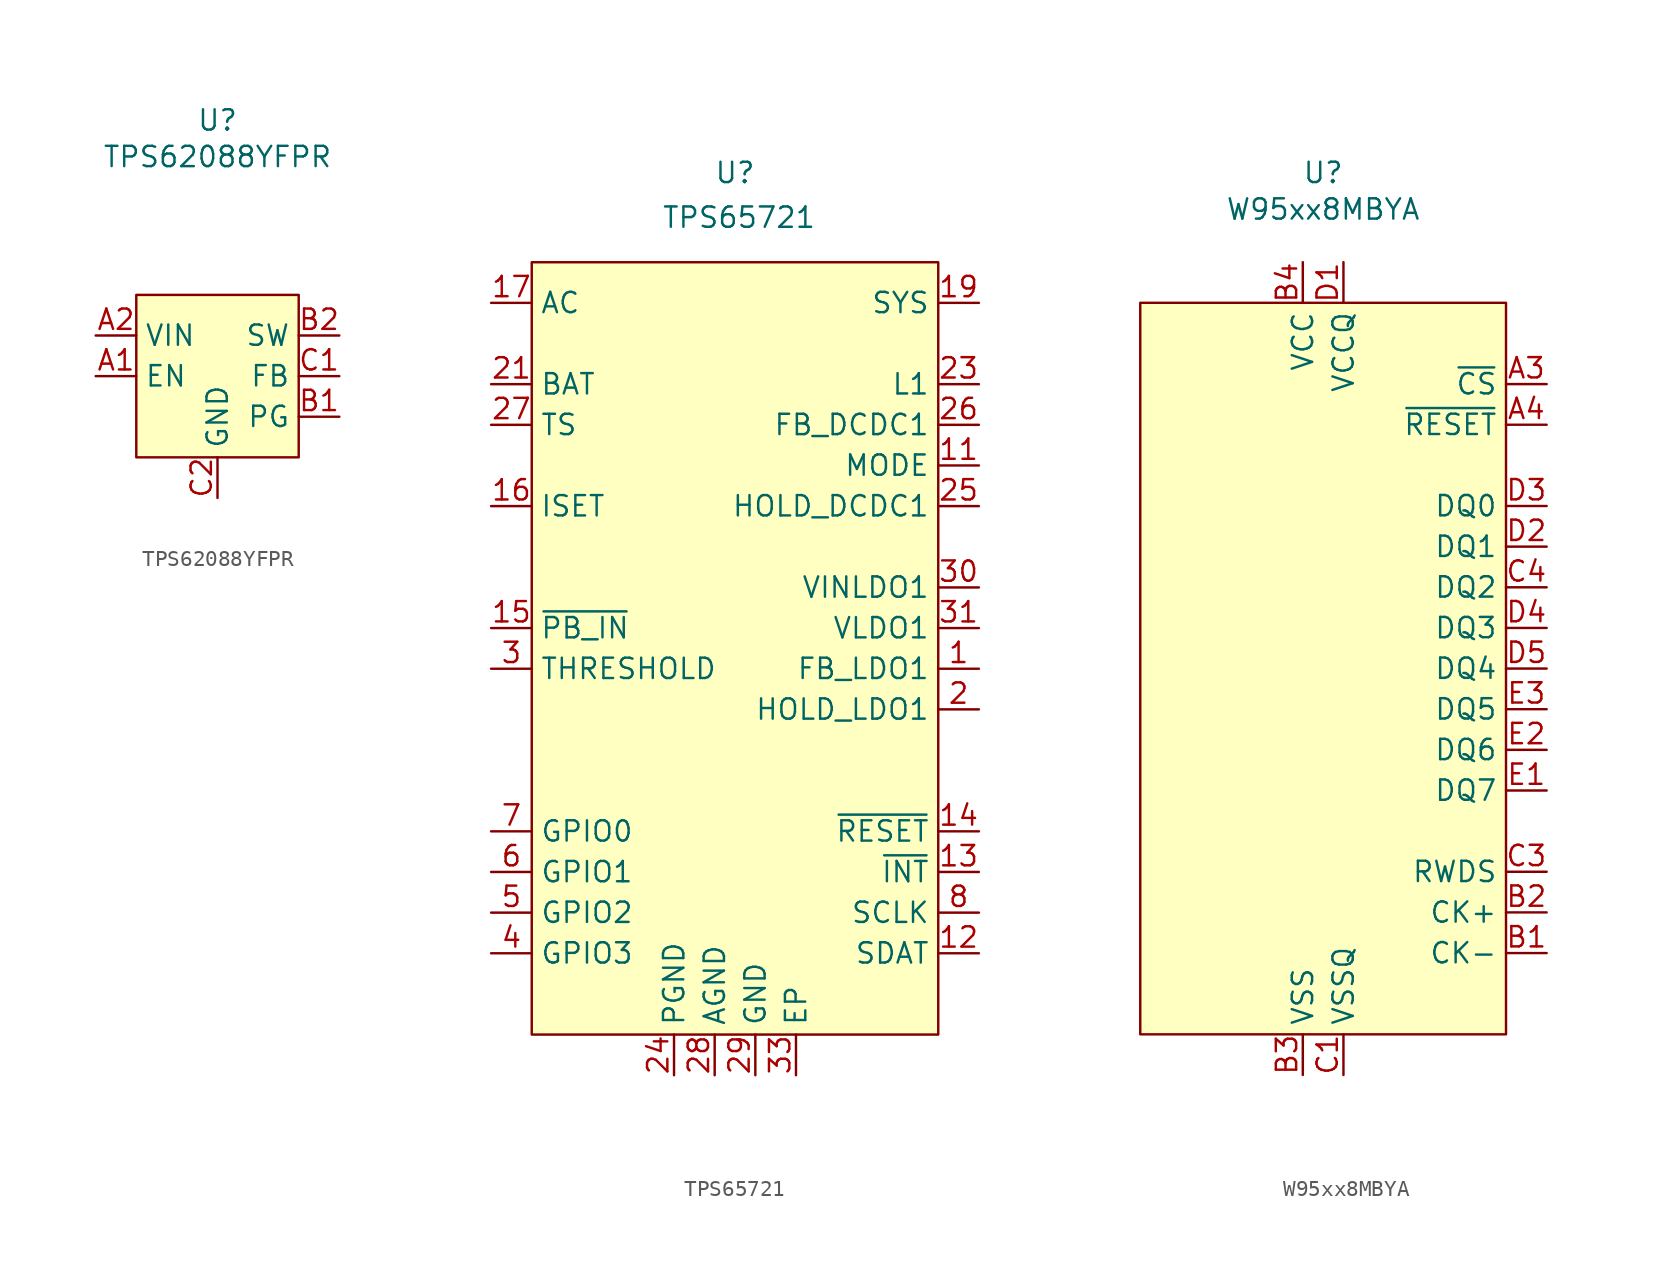
<source format=kicad_sym>
(kicad_symbol_lib
  (version 20231120)
  (generator "kicad_symbol_editor")
  (generator_version "8.0")
  (symbol "TPS62088YFPR"
    (property "Reference" "U"
      (at 0 16.002 0)
      (effects (font (size 1.27 1.27))))
    (property "Value" "TPS62088YFPR"
      (at 0 13.716 0)
      (effects (font (size 1.27 1.27))))
    (symbol "TPS62088YFPR_1_1"
      (rectangle (start -5.08 5.08) (end 5.08 -5.08) (stroke (width 0) (type default)) (fill (type background)))
      (pin input line (at -7.62 0 0) (length 2.54) (name "EN" (effects (font (size 1.27 1.27)))) (number "A1" (effects (font (size 1.27 1.27)))))
      (pin power_in line (at -7.62 2.54 0) (length 2.54) (name "VIN" (effects (font (size 1.27 1.27)))) (number "A2" (effects (font (size 1.27 1.27)))))
      (pin output line (at 7.62 -2.54 180) (length 2.54) (name "PG" (effects (font (size 1.27 1.27)))) (number "B1" (effects (font (size 1.27 1.27)))))
      (pin power_out line (at 7.62 2.54 180) (length 2.54) (name "SW" (effects (font (size 1.27 1.27)))) (number "B2" (effects (font (size 1.27 1.27)))))
      (pin input line (at 7.62 0 180) (length 2.54) (name "FB" (effects (font (size 1.27 1.27)))) (number "C1" (effects (font (size 1.27 1.27)))))
      (pin power_in line (at 0 -7.62 90) (length 2.54) (name "GND" (effects (font (size 1.27 1.27)))) (number "C2" (effects (font (size 1.27 1.27)))))))
  (symbol "TPS65721"
    (property "Reference" "U"
      (at 0 29.718 0)
      (effects (font (size 1.27 1.27))))
    (property "Value" "TPS65721"
      (at 0.254 26.924 0)
      (effects (font (size 1.27 1.27))))
    (symbol "TPS65721_1_0"
      (pin input line (at 15.24 -1.27 180) (length 2.54) (name "FB_LDO1" (effects (font (size 1.27 1.27)))) (number "1" (effects (font (size 1.27 1.27)))))
      (pin no_connect line (at 6.35 -26.67 90) (length 2.54) hide (name "NC" (effects (font (size 1.27 1.27)))) (number "10" (effects (font (size 1.27 1.27)))))
      (pin input line (at 15.24 11.43 180) (length 2.54) (name "MODE" (effects (font (size 1.27 1.27)))) (number "11" (effects (font (size 1.27 1.27)))))
      (pin bidirectional line (at 15.24 -19.05 180) (length 2.54) (name "SDAT" (effects (font (size 1.27 1.27)))) (number "12" (effects (font (size 1.27 1.27)))))
      (pin output line (at 15.24 -13.97 180) (length 2.54) (name "~{INT}" (effects (font (size 1.27 1.27)))) (number "13" (effects (font (size 1.27 1.27)))))
      (pin output line (at 15.24 -11.43 180) (length 2.54) (name "~{RESET}" (effects (font (size 1.27 1.27)))) (number "14" (effects (font (size 1.27 1.27)))))
      (pin input line (at -15.24 1.27 0) (length 2.54) (name "~{PB_IN}" (effects (font (size 1.27 1.27)))) (number "15" (effects (font (size 1.27 1.27)))))
      (pin input line (at -15.24 8.89 0) (length 2.54) (name "ISET" (effects (font (size 1.27 1.27)))) (number "16" (effects (font (size 1.27 1.27)))))
      (pin power_out line (at 15.24 21.59 180) (length 2.54) (name "SYS" (effects (font (size 1.27 1.27)))) (number "19" (effects (font (size 1.27 1.27)))))
      (pin input line (at 15.24 -3.81 180) (length 2.54) (name "HOLD_LDO1" (effects (font (size 1.27 1.27)))) (number "2" (effects (font (size 1.27 1.27)))))
      (pin passive line (at 15.24 21.59 180) (length 2.54) hide (name "SYS" (effects (font (size 1.27 1.27)))) (number "20" (effects (font (size 1.27 1.27)))))
      (pin power_out line (at -15.24 16.51 0) (length 2.54) (name "BAT" (effects (font (size 1.27 1.27)))) (number "21" (effects (font (size 1.27 1.27)))))
      (pin passive line (at -15.24 16.51 0) (length 2.54) hide (name "BAT" (effects (font (size 1.27 1.27)))) (number "22" (effects (font (size 1.27 1.27)))))
      (pin power_out line (at 15.24 16.51 180) (length 2.54) (name "L1" (effects (font (size 1.27 1.27)))) (number "23" (effects (font (size 1.27 1.27)))))
      (pin power_in line (at -3.81 -26.67 90) (length 2.54) (name "PGND" (effects (font (size 1.27 1.27)))) (number "24" (effects (font (size 1.27 1.27)))))
      (pin input line (at 15.24 8.89 180) (length 2.54) (name "HOLD_DCDC1" (effects (font (size 1.27 1.27)))) (number "25" (effects (font (size 1.27 1.27)))))
      (pin input line (at 15.24 13.97 180) (length 2.54) (name "FB_DCDC1" (effects (font (size 1.27 1.27)))) (number "26" (effects (font (size 1.27 1.27)))))
      (pin input line (at -15.24 13.97 0) (length 2.54) (name "TS" (effects (font (size 1.27 1.27)))) (number "27" (effects (font (size 1.27 1.27)))))
      (pin power_in line (at -1.27 -26.67 90) (length 2.54) (name "AGND" (effects (font (size 1.27 1.27)))) (number "28" (effects (font (size 1.27 1.27)))))
      (pin power_in line (at 1.27 -26.67 90) (length 2.54) (name "GND" (effects (font (size 1.27 1.27)))) (number "29" (effects (font (size 1.27 1.27)))))
      (pin input line (at -15.24 -1.27 0) (length 2.54) (name "THRESHOLD" (effects (font (size 1.27 1.27)))) (number "3" (effects (font (size 1.27 1.27)))))
      (pin power_in line (at 15.24 3.81 180) (length 2.54) (name "VINLDO1" (effects (font (size 1.27 1.27)))) (number "30" (effects (font (size 1.27 1.27)))))
      (pin power_out line (at 15.24 1.27 180) (length 2.54) (name "VLDO1" (effects (font (size 1.27 1.27)))) (number "31" (effects (font (size 1.27 1.27)))))
      (pin no_connect line (at 6.35 -26.67 90) (length 2.54) hide (name "NC" (effects (font (size 1.27 1.27)))) (number "32" (effects (font (size 1.27 1.27)))))
      (pin power_in line (at 3.81 -26.67 90) (length 2.54) (name "EP" (effects (font (size 1.27 1.27)))) (number "33" (effects (font (size 1.27 1.27)))))
      (pin bidirectional line (at -15.24 -19.05 0) (length 2.54) (name "GPIO3" (effects (font (size 1.27 1.27)))) (number "4" (effects (font (size 1.27 1.27)))))
      (pin bidirectional line (at -15.24 -16.51 0) (length 2.54) (name "GPIO2" (effects (font (size 1.27 1.27)))) (number "5" (effects (font (size 1.27 1.27)))))
      (pin bidirectional line (at -15.24 -13.97 0) (length 2.54) (name "GPIO1" (effects (font (size 1.27 1.27)))) (number "6" (effects (font (size 1.27 1.27)))))
      (pin bidirectional line (at -15.24 -11.43 0) (length 2.54) (name "GPIO0" (effects (font (size 1.27 1.27)))) (number "7" (effects (font (size 1.27 1.27)))))
      (pin input line (at 15.24 -16.51 180) (length 2.54) (name "SCLK" (effects (font (size 1.27 1.27)))) (number "8" (effects (font (size 1.27 1.27)))))
      (pin no_connect line (at 6.35 -26.67 90) (length 2.54) hide (name "NC" (effects (font (size 1.27 1.27)))) (number "9" (effects (font (size 1.27 1.27))))))
    (symbol "TPS65721_1_1"
      (rectangle (start -12.7 24.13) (end 12.7 -24.13) (stroke (width 0) (type default)) (fill (type background)))
      (pin power_in line (at -15.24 21.59 0) (length 2.54) (name "AC" (effects (font (size 1.27 1.27)))) (number "17" (effects (font (size 1.27 1.27)))))
      (pin passive line (at -15.24 21.59 0) (length 2.54) hide (name "AC" (effects (font (size 1.27 1.27)))) (number "18" (effects (font (size 1.27 1.27)))))))
  (symbol "W95xx8MBYA"
    (property "Reference" "U"
      (at 0 30.988 0)
      (effects (font (size 1.27 1.27))))
    (property "Value" "W95xx8MBYA"
      (at 0 28.702 0)
      (effects (font (size 1.27 1.27))))
    (symbol "W95xx8MBYA_1_1"
      (rectangle (start -11.43 22.86) (end 11.43 -22.86) (stroke (width 0) (type default)) (fill (type background)))
      (pin no_connect line (at -6.35 -25.4 90) (length 2.54) hide (name "RFU" (effects (font (size 1.27 1.27)))) (number "A2" (effects (font (size 1.27 1.27)))))
      (pin input line (at 13.97 17.78 180) (length 2.54) (name "~{CS}" (effects (font (size 1.27 1.27)))) (number "A3" (effects (font (size 1.27 1.27)))))
      (pin input line (at 13.97 15.24 180) (length 2.54) (name "~{RESET}" (effects (font (size 1.27 1.27)))) (number "A4" (effects (font (size 1.27 1.27)))))
      (pin no_connect line (at -8.89 -25.4 90) (length 2.54) hide (name "RFU" (effects (font (size 1.27 1.27)))) (number "A5" (effects (font (size 1.27 1.27)))))
      (pin input line (at 13.97 -17.78 180) (length 2.54) (name "CK-" (effects (font (size 1.27 1.27)))) (number "B1" (effects (font (size 1.27 1.27)))))
      (pin input line (at 13.97 -15.24 180) (length 2.54) (name "CK+" (effects (font (size 1.27 1.27)))) (number "B2" (effects (font (size 1.27 1.27)))))
      (pin power_in line (at -1.27 -25.4 90) (length 2.54) (name "VSS" (effects (font (size 1.27 1.27)))) (number "B3" (effects (font (size 1.27 1.27)))))
      (pin power_in line (at -1.27 25.4 270) (length 2.54) (name "VCC" (effects (font (size 1.27 1.27)))) (number "B4" (effects (font (size 1.27 1.27)))))
      (pin no_connect line (at 3.81 -25.4 90) (length 2.54) hide (name "RFU" (effects (font (size 1.27 1.27)))) (number "B5" (effects (font (size 1.27 1.27)))))
      (pin power_in line (at 1.27 -25.4 90) (length 2.54) (name "VSSQ" (effects (font (size 1.27 1.27)))) (number "C1" (effects (font (size 1.27 1.27)))))
      (pin no_connect line (at 6.35 -25.4 90) (length 2.54) hide (name "RFU" (effects (font (size 1.27 1.27)))) (number "C2" (effects (font (size 1.27 1.27)))))
      (pin bidirectional line (at 13.97 -12.7 180) (length 2.54) (name "RWDS" (effects (font (size 1.27 1.27)))) (number "C3" (effects (font (size 1.27 1.27)))))
      (pin bidirectional line (at 13.97 5.08 180) (length 2.54) (name "DQ2" (effects (font (size 1.27 1.27)))) (number "C4" (effects (font (size 1.27 1.27)))))
      (pin no_connect line (at -3.81 -25.4 90) (length 2.54) hide (name "RFU" (effects (font (size 1.27 1.27)))) (number "C5" (effects (font (size 1.27 1.27)))))
      (pin power_in line (at 1.27 25.4 270) (length 2.54) (name "VCCQ" (effects (font (size 1.27 1.27)))) (number "D1" (effects (font (size 1.27 1.27)))))
      (pin bidirectional line (at 13.97 7.62 180) (length 2.54) (name "DQ1" (effects (font (size 1.27 1.27)))) (number "D2" (effects (font (size 1.27 1.27)))))
      (pin bidirectional line (at 13.97 10.16 180) (length 2.54) (name "DQ0" (effects (font (size 1.27 1.27)))) (number "D3" (effects (font (size 1.27 1.27)))))
      (pin bidirectional line (at 13.97 2.54 180) (length 2.54) (name "DQ3" (effects (font (size 1.27 1.27)))) (number "D4" (effects (font (size 1.27 1.27)))))
      (pin bidirectional line (at 13.97 0 180) (length 2.54) (name "DQ4" (effects (font (size 1.27 1.27)))) (number "D5" (effects (font (size 1.27 1.27)))))
      (pin bidirectional line (at 13.97 -7.62 180) (length 2.54) (name "DQ7" (effects (font (size 1.27 1.27)))) (number "E1" (effects (font (size 1.27 1.27)))))
      (pin bidirectional line (at 13.97 -5.08 180) (length 2.54) (name "DQ6" (effects (font (size 1.27 1.27)))) (number "E2" (effects (font (size 1.27 1.27)))))
      (pin bidirectional line (at 13.97 -2.54 180) (length 2.54) (name "DQ5" (effects (font (size 1.27 1.27)))) (number "E3" (effects (font (size 1.27 1.27)))))
      (pin passive line (at 1.27 25.4 270) (length 2.54) hide (name "VCCQ" (effects (font (size 1.27 1.27)))) (number "E4" (effects (font (size 1.27 1.27)))))
      (pin passive line (at 1.27 -25.4 90) (length 2.54) hide (name "VSSQ" (effects (font (size 1.27 1.27)))) (number "E5" (effects (font (size 1.27 1.27))))))))
</source>
